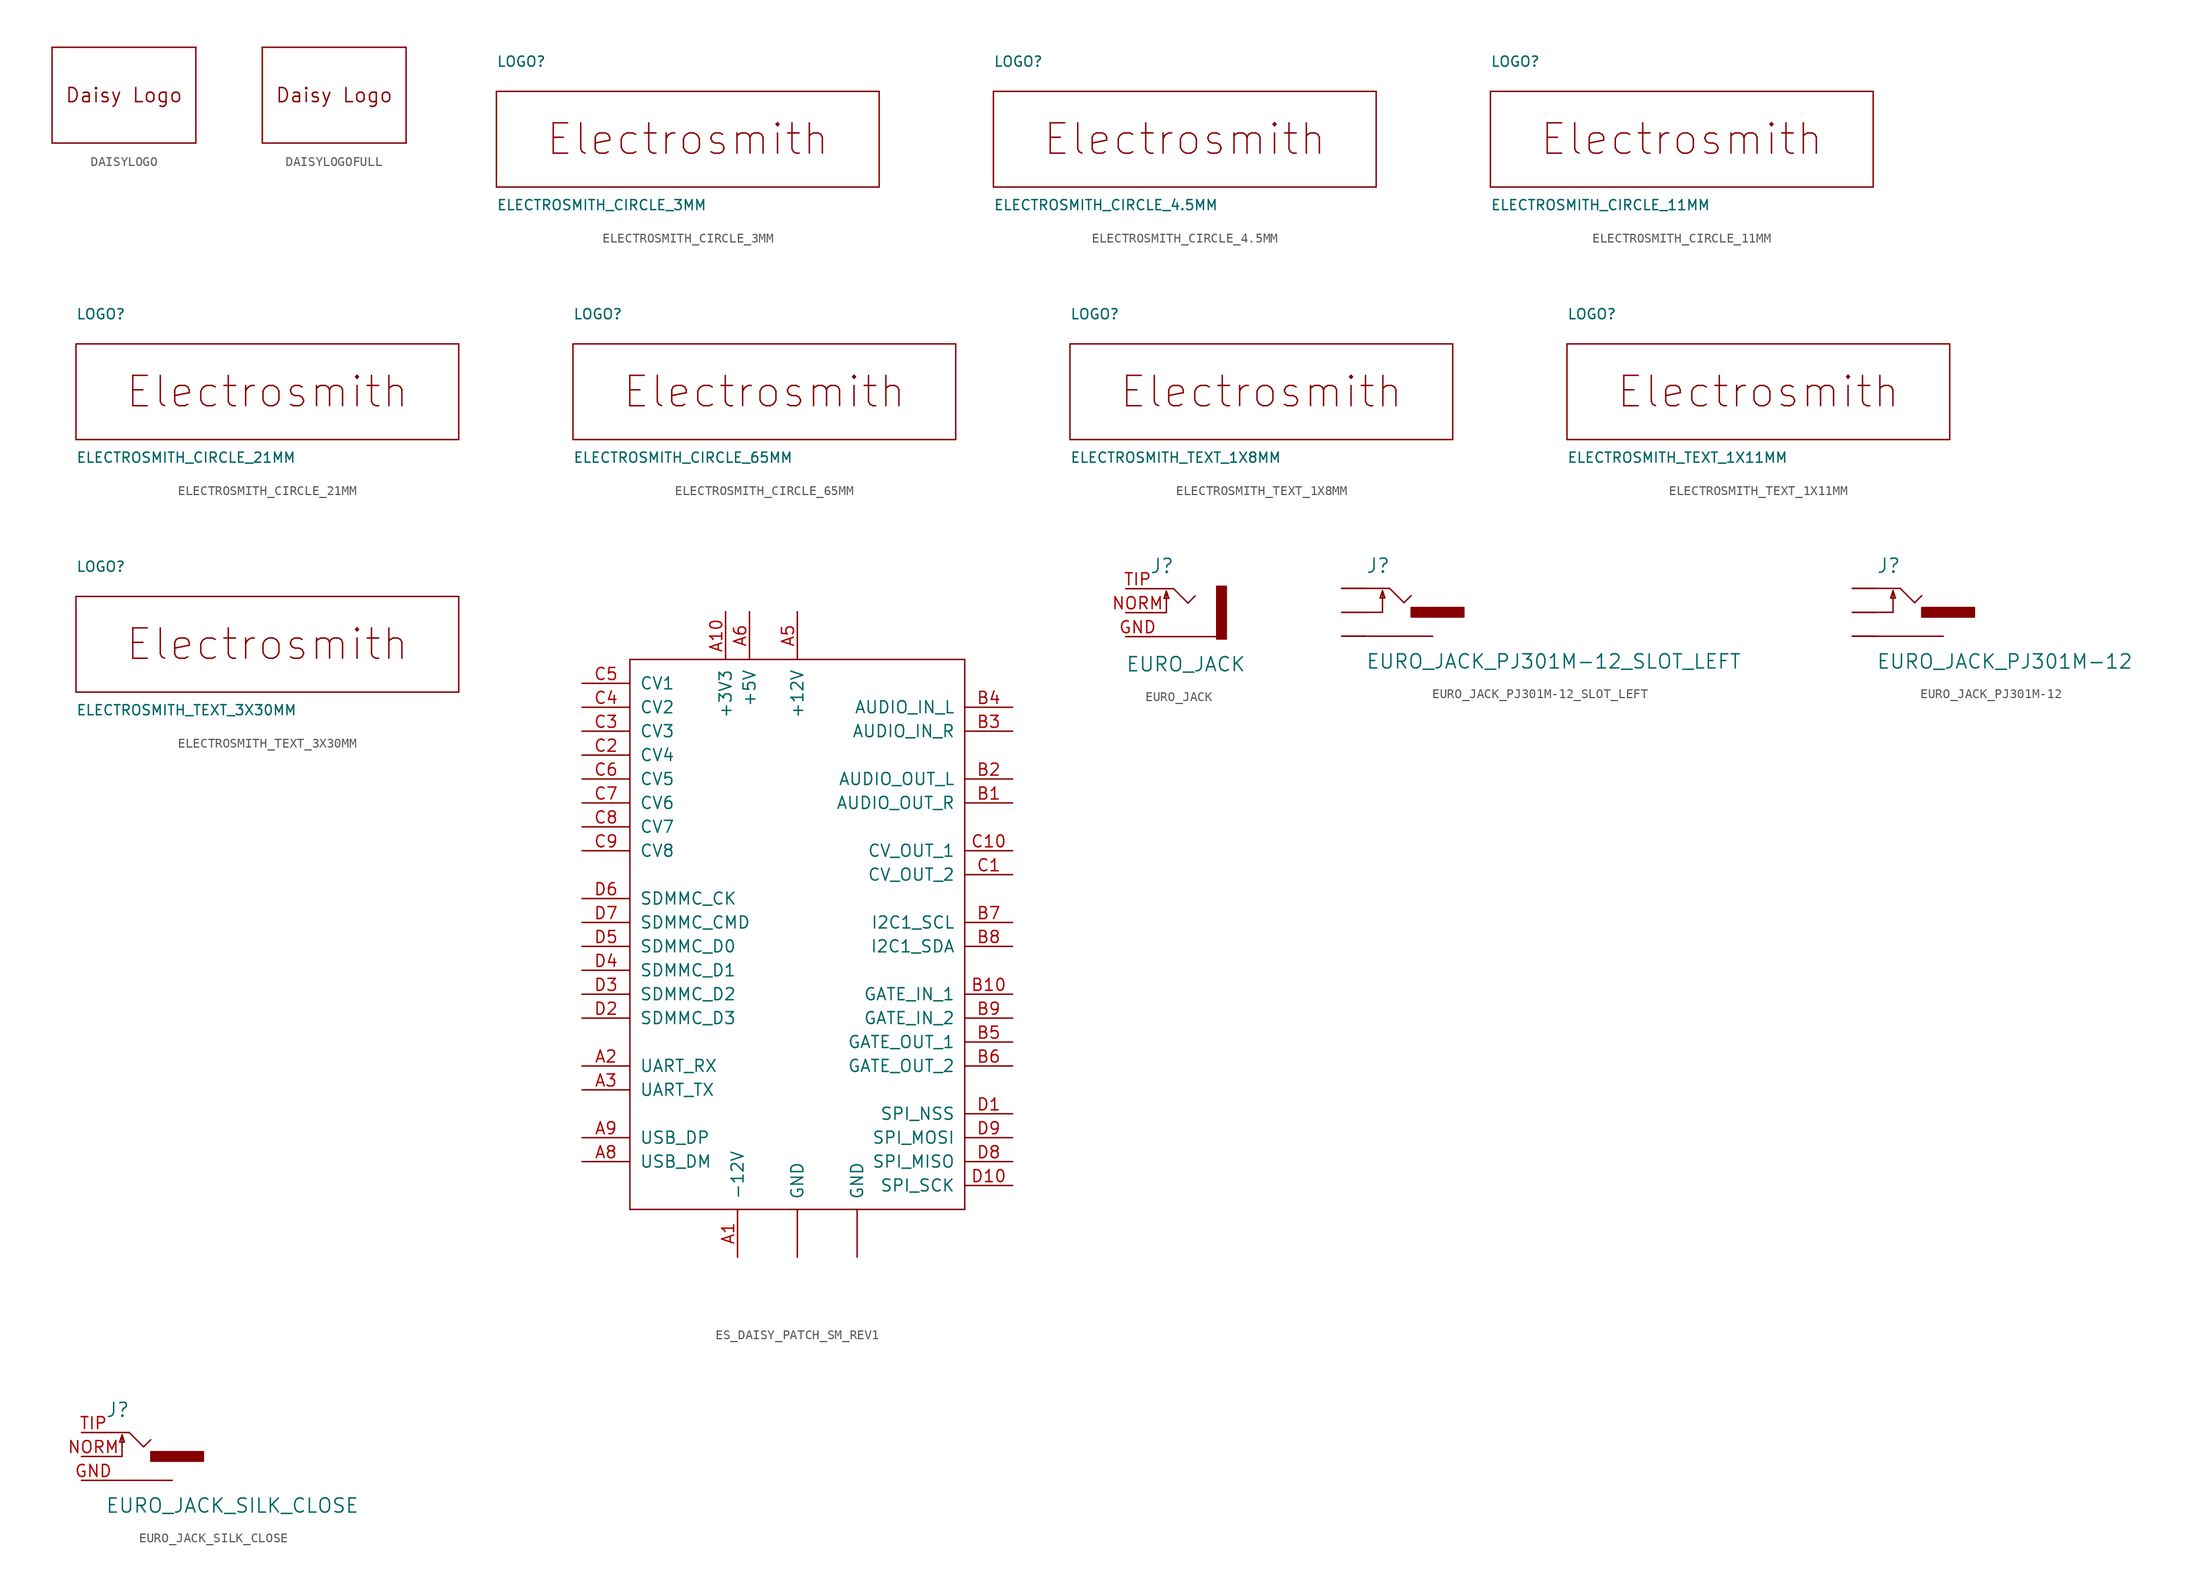
<source format=kicad_sym>
(kicad_symbol_lib
  (version 20231120)
  (generator "kicad_symbol_editor")
  (generator_version "8.0")
  (symbol "DAISYLOGO"
    (pin_names
      (offset 1.016))
    (property "Reference" ""
      (at 0 0 0)
      (effects (font (size 1.27 1.27)) (hide yes)))
    (property "ki_locked" ""
      (at 0 0 0)
      (effects (font (size 1.27 1.27))))
    (symbol "DAISYLOGO_1_0"
      (polyline (pts (xy -7.62 -5.08) (xy 7.62 -5.08)) (stroke (width 0) (type solid)) (fill (type none)))
      (polyline (pts (xy -7.62 5.08) (xy -7.62 -5.08)) (stroke (width 0) (type solid)) (fill (type none)))
      (polyline (pts (xy 7.62 -5.08) (xy 7.62 5.08)) (stroke (width 0) (type solid)) (fill (type none)))
      (polyline (pts (xy 7.62 5.08) (xy -7.62 5.08)) (stroke (width 0) (type solid)) (fill (type none)))
      (text "Daisy Logo" (at 0 0 0) (effects (font (size 1.499 1.499))))))
  (symbol "DAISYLOGOFULL"
    (pin_names
      (offset 1.016))
    (property "Reference" ""
      (at 0 0 0)
      (effects (font (size 1.27 1.27)) (hide yes)))
    (property "ki_locked" ""
      (at 0 0 0)
      (effects (font (size 1.27 1.27))))
    (symbol "DAISYLOGOFULL_1_0"
      (polyline (pts (xy -7.62 -5.08) (xy 7.62 -5.08)) (stroke (width 0) (type solid)) (fill (type none)))
      (polyline (pts (xy -7.62 5.08) (xy -7.62 -5.08)) (stroke (width 0) (type solid)) (fill (type none)))
      (polyline (pts (xy 7.62 -5.08) (xy 7.62 5.08)) (stroke (width 0) (type solid)) (fill (type none)))
      (polyline (pts (xy 7.62 5.08) (xy -7.62 5.08)) (stroke (width 0) (type solid)) (fill (type none)))
      (text "Daisy Logo" (at 0 0 0) (effects (font (size 1.499 1.499))))))
  (symbol "ELECTROSMITH_CIRCLE_3MM"
    (pin_names
      (offset 1.016))
    (property "Reference" "LOGO"
      (at -20.32 7.62 0)
      (effects (font (size 1.067 1.067)) (justify left bottom)))
    (property "Value" "ELECTROSMITH_CIRCLE_3MM"
      (at -20.32 -7.62 0)
      (effects (font (size 1.067 1.067)) (justify left bottom)))
    (property "ki_locked" ""
      (at 0 0 0)
      (effects (font (size 1.27 1.27))))
    (symbol "ELECTROSMITH_CIRCLE_3MM_1_0"
      (polyline (pts (xy -20.32 -5.08) (xy -20.32 5.08)) (stroke (width 0) (type solid)) (fill (type none)))
      (polyline (pts (xy -20.32 5.08) (xy 20.32 5.08)) (stroke (width 0) (type solid)) (fill (type none)))
      (polyline (pts (xy 20.32 -5.08) (xy -20.32 -5.08)) (stroke (width 0) (type solid)) (fill (type none)))
      (polyline (pts (xy 20.32 5.08) (xy 20.32 -5.08)) (stroke (width 0) (type solid)) (fill (type none)))
      (text "Electrosmith" (at 0 0 0) (effects (font (size 3.226 3.226))))))
  (symbol "ELECTROSMITH_CIRCLE_4.5MM"
    (pin_names
      (offset 1.016))
    (property "Reference" "LOGO"
      (at -20.32 7.62 0)
      (effects (font (size 1.067 1.067)) (justify left bottom)))
    (property "Value" "ELECTROSMITH_CIRCLE_4.5MM"
      (at -20.32 -7.62 0)
      (effects (font (size 1.067 1.067)) (justify left bottom)))
    (property "ki_locked" ""
      (at 0 0 0)
      (effects (font (size 1.27 1.27))))
    (symbol "ELECTROSMITH_CIRCLE_4.5MM_1_0"
      (polyline (pts (xy -20.32 -5.08) (xy -20.32 5.08)) (stroke (width 0) (type solid)) (fill (type none)))
      (polyline (pts (xy -20.32 5.08) (xy 20.32 5.08)) (stroke (width 0) (type solid)) (fill (type none)))
      (polyline (pts (xy 20.32 -5.08) (xy -20.32 -5.08)) (stroke (width 0) (type solid)) (fill (type none)))
      (polyline (pts (xy 20.32 5.08) (xy 20.32 -5.08)) (stroke (width 0) (type solid)) (fill (type none)))
      (text "Electrosmith" (at 0 0 0) (effects (font (size 3.226 3.226))))))
  (symbol "ELECTROSMITH_CIRCLE_11MM"
    (pin_names
      (offset 1.016))
    (property "Reference" "LOGO"
      (at -20.32 7.62 0)
      (effects (font (size 1.067 1.067)) (justify left bottom)))
    (property "Value" "ELECTROSMITH_CIRCLE_11MM"
      (at -20.32 -7.62 0)
      (effects (font (size 1.067 1.067)) (justify left bottom)))
    (property "ki_locked" ""
      (at 0 0 0)
      (effects (font (size 1.27 1.27))))
    (symbol "ELECTROSMITH_CIRCLE_11MM_1_0"
      (polyline (pts (xy -20.32 -5.08) (xy -20.32 5.08)) (stroke (width 0) (type solid)) (fill (type none)))
      (polyline (pts (xy -20.32 5.08) (xy 20.32 5.08)) (stroke (width 0) (type solid)) (fill (type none)))
      (polyline (pts (xy 20.32 -5.08) (xy -20.32 -5.08)) (stroke (width 0) (type solid)) (fill (type none)))
      (polyline (pts (xy 20.32 5.08) (xy 20.32 -5.08)) (stroke (width 0) (type solid)) (fill (type none)))
      (text "Electrosmith" (at 0 0 0) (effects (font (size 3.226 3.226))))))
  (symbol "ELECTROSMITH_CIRCLE_21MM"
    (pin_names
      (offset 1.016))
    (property "Reference" "LOGO"
      (at -20.32 7.62 0)
      (effects (font (size 1.067 1.067)) (justify left bottom)))
    (property "Value" "ELECTROSMITH_CIRCLE_21MM"
      (at -20.32 -7.62 0)
      (effects (font (size 1.067 1.067)) (justify left bottom)))
    (property "ki_locked" ""
      (at 0 0 0)
      (effects (font (size 1.27 1.27))))
    (symbol "ELECTROSMITH_CIRCLE_21MM_1_0"
      (polyline (pts (xy -20.32 -5.08) (xy -20.32 5.08)) (stroke (width 0) (type solid)) (fill (type none)))
      (polyline (pts (xy -20.32 5.08) (xy 20.32 5.08)) (stroke (width 0) (type solid)) (fill (type none)))
      (polyline (pts (xy 20.32 -5.08) (xy -20.32 -5.08)) (stroke (width 0) (type solid)) (fill (type none)))
      (polyline (pts (xy 20.32 5.08) (xy 20.32 -5.08)) (stroke (width 0) (type solid)) (fill (type none)))
      (text "Electrosmith" (at 0 0 0) (effects (font (size 3.226 3.226))))))
  (symbol "ELECTROSMITH_CIRCLE_65MM"
    (pin_names
      (offset 1.016))
    (property "Reference" "LOGO"
      (at -20.32 7.62 0)
      (effects (font (size 1.067 1.067)) (justify left bottom)))
    (property "Value" "ELECTROSMITH_CIRCLE_65MM"
      (at -20.32 -7.62 0)
      (effects (font (size 1.067 1.067)) (justify left bottom)))
    (property "ki_locked" ""
      (at 0 0 0)
      (effects (font (size 1.27 1.27))))
    (symbol "ELECTROSMITH_CIRCLE_65MM_1_0"
      (polyline (pts (xy -20.32 -5.08) (xy -20.32 5.08)) (stroke (width 0) (type solid)) (fill (type none)))
      (polyline (pts (xy -20.32 5.08) (xy 20.32 5.08)) (stroke (width 0) (type solid)) (fill (type none)))
      (polyline (pts (xy 20.32 -5.08) (xy -20.32 -5.08)) (stroke (width 0) (type solid)) (fill (type none)))
      (polyline (pts (xy 20.32 5.08) (xy 20.32 -5.08)) (stroke (width 0) (type solid)) (fill (type none)))
      (text "Electrosmith" (at 0 0 0) (effects (font (size 3.226 3.226))))))
  (symbol "ELECTROSMITH_TEXT_1X8MM"
    (pin_names
      (offset 1.016))
    (property "Reference" "LOGO"
      (at -20.32 7.62 0)
      (effects (font (size 1.067 1.067)) (justify left bottom)))
    (property "Value" "ELECTROSMITH_TEXT_1X8MM"
      (at -20.32 -7.62 0)
      (effects (font (size 1.067 1.067)) (justify left bottom)))
    (property "ki_locked" ""
      (at 0 0 0)
      (effects (font (size 1.27 1.27))))
    (symbol "ELECTROSMITH_TEXT_1X8MM_1_0"
      (polyline (pts (xy -20.32 -5.08) (xy -20.32 5.08)) (stroke (width 0) (type solid)) (fill (type none)))
      (polyline (pts (xy -20.32 5.08) (xy 20.32 5.08)) (stroke (width 0) (type solid)) (fill (type none)))
      (polyline (pts (xy 20.32 -5.08) (xy -20.32 -5.08)) (stroke (width 0) (type solid)) (fill (type none)))
      (polyline (pts (xy 20.32 5.08) (xy 20.32 -5.08)) (stroke (width 0) (type solid)) (fill (type none)))
      (text "Electrosmith" (at 0 0 0) (effects (font (size 3.226 3.226))))))
  (symbol "ELECTROSMITH_TEXT_1X11MM"
    (pin_names
      (offset 1.016))
    (property "Reference" "LOGO"
      (at -20.32 7.62 0)
      (effects (font (size 1.067 1.067)) (justify left bottom)))
    (property "Value" "ELECTROSMITH_TEXT_1X11MM"
      (at -20.32 -7.62 0)
      (effects (font (size 1.067 1.067)) (justify left bottom)))
    (property "ki_locked" ""
      (at 0 0 0)
      (effects (font (size 1.27 1.27))))
    (symbol "ELECTROSMITH_TEXT_1X11MM_1_0"
      (polyline (pts (xy -20.32 -5.08) (xy -20.32 5.08)) (stroke (width 0) (type solid)) (fill (type none)))
      (polyline (pts (xy -20.32 5.08) (xy 20.32 5.08)) (stroke (width 0) (type solid)) (fill (type none)))
      (polyline (pts (xy 20.32 -5.08) (xy -20.32 -5.08)) (stroke (width 0) (type solid)) (fill (type none)))
      (polyline (pts (xy 20.32 5.08) (xy 20.32 -5.08)) (stroke (width 0) (type solid)) (fill (type none)))
      (text "Electrosmith" (at 0 0 0) (effects (font (size 3.226 3.226))))))
  (symbol "ELECTROSMITH_TEXT_3X30MM"
    (pin_names
      (offset 1.016))
    (property "Reference" "LOGO"
      (at -20.32 7.62 0)
      (effects (font (size 1.067 1.067)) (justify left bottom)))
    (property "Value" "ELECTROSMITH_TEXT_3X30MM"
      (at -20.32 -7.62 0)
      (effects (font (size 1.067 1.067)) (justify left bottom)))
    (property "ki_locked" ""
      (at 0 0 0)
      (effects (font (size 1.27 1.27))))
    (symbol "ELECTROSMITH_TEXT_3X30MM_1_0"
      (polyline (pts (xy -20.32 -5.08) (xy -20.32 5.08)) (stroke (width 0) (type solid)) (fill (type none)))
      (polyline (pts (xy -20.32 5.08) (xy 20.32 5.08)) (stroke (width 0) (type solid)) (fill (type none)))
      (polyline (pts (xy 20.32 -5.08) (xy -20.32 -5.08)) (stroke (width 0) (type solid)) (fill (type none)))
      (polyline (pts (xy 20.32 5.08) (xy 20.32 -5.08)) (stroke (width 0) (type solid)) (fill (type none)))
      (text "Electrosmith" (at 0 0 0) (effects (font (size 3.226 3.226))))))
  (symbol "ES_DAISY_PATCH_SM_REV1"
    (pin_names
      (offset 1.016))
    (property "Reference" ""
      (at 0 0 0)
      (effects (font (size 1.27 1.27)) (hide yes)))
    (property "ki_locked" ""
      (at 0 0 0)
      (effects (font (size 1.27 1.27))))
    (symbol "ES_DAISY_PATCH_SM_REV1_1_0"
      (polyline (pts (xy -17.78 -30.48) (xy 17.78 -30.48)) (stroke (width 0) (type solid)) (fill (type none)))
      (polyline (pts (xy -17.78 27.94) (xy -17.78 -30.48)) (stroke (width 0) (type solid)) (fill (type none)))
      (polyline (pts (xy 17.78 -30.48) (xy 17.78 27.94)) (stroke (width 0) (type solid)) (fill (type none)))
      (polyline (pts (xy 17.78 27.94) (xy -17.78 27.94)) (stroke (width 0) (type solid)) (fill (type none)))
      (pin power_in line (at -6.35 -35.56 90) (length 5.08) (name "-12V" (effects (font (size 1.27 1.27)))) (number "A1" (effects (font (size 1.27 1.27)))))
      (pin power_out line (at -7.62 33.02 270) (length 5.08) (name "+3V3" (effects (font (size 1.27 1.27)))) (number "A10" (effects (font (size 1.27 1.27)))))
      (pin bidirectional line (at -22.86 -15.24 0) (length 5.08) (name "UART_RX" (effects (font (size 1.27 1.27)))) (number "A2" (effects (font (size 1.27 1.27)))))
      (pin bidirectional line (at -22.86 -17.78 0) (length 5.08) (name "UART_TX" (effects (font (size 1.27 1.27)))) (number "A3" (effects (font (size 1.27 1.27)))))
      (pin power_in line (at 0 -35.56 90) (length 5.08) (name "GND" (effects (font (size 1.27 1.27)))) (number "A4" (effects (font (size 0 0)))))
      (pin power_in line (at 0 33.02 270) (length 5.08) (name "+12V" (effects (font (size 1.27 1.27)))) (number "A5" (effects (font (size 1.27 1.27)))))
      (pin power_out line (at -5.08 33.02 270) (length 5.08) (name "+5V" (effects (font (size 1.27 1.27)))) (number "A6" (effects (font (size 1.27 1.27)))))
      (pin power_out line (at 6.35 -35.56 90) (length 5.08) (name "GND" (effects (font (size 1.27 1.27)))) (number "A7" (effects (font (size 0 0)))))
      (pin bidirectional line (at -22.86 -25.4 0) (length 5.08) (name "USB_DM" (effects (font (size 1.27 1.27)))) (number "A8" (effects (font (size 1.27 1.27)))))
      (pin bidirectional line (at -22.86 -22.86 0) (length 5.08) (name "USB_DP" (effects (font (size 1.27 1.27)))) (number "A9" (effects (font (size 1.27 1.27)))))
      (pin bidirectional line (at 22.86 12.7 180) (length 5.08) (name "AUDIO_OUT_R" (effects (font (size 1.27 1.27)))) (number "B1" (effects (font (size 1.27 1.27)))))
      (pin bidirectional line (at 22.86 -7.62 180) (length 5.08) (name "GATE_IN_1" (effects (font (size 1.27 1.27)))) (number "B10" (effects (font (size 1.27 1.27)))))
      (pin bidirectional line (at 22.86 15.24 180) (length 5.08) (name "AUDIO_OUT_L" (effects (font (size 1.27 1.27)))) (number "B2" (effects (font (size 1.27 1.27)))))
      (pin bidirectional line (at 22.86 20.32 180) (length 5.08) (name "AUDIO_IN_R" (effects (font (size 1.27 1.27)))) (number "B3" (effects (font (size 1.27 1.27)))))
      (pin bidirectional line (at 22.86 22.86 180) (length 5.08) (name "AUDIO_IN_L" (effects (font (size 1.27 1.27)))) (number "B4" (effects (font (size 1.27 1.27)))))
      (pin bidirectional line (at 22.86 -12.7 180) (length 5.08) (name "GATE_OUT_1" (effects (font (size 1.27 1.27)))) (number "B5" (effects (font (size 1.27 1.27)))))
      (pin bidirectional line (at 22.86 -15.24 180) (length 5.08) (name "GATE_OUT_2" (effects (font (size 1.27 1.27)))) (number "B6" (effects (font (size 1.27 1.27)))))
      (pin bidirectional line (at 22.86 0 180) (length 5.08) (name "I2C1_SCL" (effects (font (size 1.27 1.27)))) (number "B7" (effects (font (size 1.27 1.27)))))
      (pin bidirectional line (at 22.86 -2.54 180) (length 5.08) (name "I2C1_SDA" (effects (font (size 1.27 1.27)))) (number "B8" (effects (font (size 1.27 1.27)))))
      (pin bidirectional line (at 22.86 -10.16 180) (length 5.08) (name "GATE_IN_2" (effects (font (size 1.27 1.27)))) (number "B9" (effects (font (size 1.27 1.27)))))
      (pin bidirectional line (at 22.86 5.08 180) (length 5.08) (name "CV_OUT_2" (effects (font (size 1.27 1.27)))) (number "C1" (effects (font (size 1.27 1.27)))))
      (pin bidirectional line (at 22.86 7.62 180) (length 5.08) (name "CV_OUT_1" (effects (font (size 1.27 1.27)))) (number "C10" (effects (font (size 1.27 1.27)))))
      (pin bidirectional line (at -22.86 17.78 0) (length 5.08) (name "CV4" (effects (font (size 1.27 1.27)))) (number "C2" (effects (font (size 1.27 1.27)))))
      (pin bidirectional line (at -22.86 20.32 0) (length 5.08) (name "CV3" (effects (font (size 1.27 1.27)))) (number "C3" (effects (font (size 1.27 1.27)))))
      (pin bidirectional line (at -22.86 22.86 0) (length 5.08) (name "CV2" (effects (font (size 1.27 1.27)))) (number "C4" (effects (font (size 1.27 1.27)))))
      (pin bidirectional line (at -22.86 25.4 0) (length 5.08) (name "CV1" (effects (font (size 1.27 1.27)))) (number "C5" (effects (font (size 1.27 1.27)))))
      (pin bidirectional line (at -22.86 15.24 0) (length 5.08) (name "CV5" (effects (font (size 1.27 1.27)))) (number "C6" (effects (font (size 1.27 1.27)))))
      (pin bidirectional line (at -22.86 12.7 0) (length 5.08) (name "CV6" (effects (font (size 1.27 1.27)))) (number "C7" (effects (font (size 1.27 1.27)))))
      (pin bidirectional line (at -22.86 10.16 0) (length 5.08) (name "CV7" (effects (font (size 1.27 1.27)))) (number "C8" (effects (font (size 1.27 1.27)))))
      (pin bidirectional line (at -22.86 7.62 0) (length 5.08) (name "CV8" (effects (font (size 1.27 1.27)))) (number "C9" (effects (font (size 1.27 1.27)))))
      (pin bidirectional line (at 22.86 -20.32 180) (length 5.08) (name "SPI_NSS" (effects (font (size 1.27 1.27)))) (number "D1" (effects (font (size 1.27 1.27)))))
      (pin bidirectional line (at 22.86 -27.94 180) (length 5.08) (name "SPI_SCK" (effects (font (size 1.27 1.27)))) (number "D10" (effects (font (size 1.27 1.27)))))
      (pin bidirectional line (at -22.86 -10.16 0) (length 5.08) (name "SDMMC_D3" (effects (font (size 1.27 1.27)))) (number "D2" (effects (font (size 1.27 1.27)))))
      (pin bidirectional line (at -22.86 -7.62 0) (length 5.08) (name "SDMMC_D2" (effects (font (size 1.27 1.27)))) (number "D3" (effects (font (size 1.27 1.27)))))
      (pin bidirectional line (at -22.86 -5.08 0) (length 5.08) (name "SDMMC_D1" (effects (font (size 1.27 1.27)))) (number "D4" (effects (font (size 1.27 1.27)))))
      (pin bidirectional line (at -22.86 -2.54 0) (length 5.08) (name "SDMMC_D0" (effects (font (size 1.27 1.27)))) (number "D5" (effects (font (size 1.27 1.27)))))
      (pin bidirectional line (at -22.86 2.54 0) (length 5.08) (name "SDMMC_CK" (effects (font (size 1.27 1.27)))) (number "D6" (effects (font (size 1.27 1.27)))))
      (pin bidirectional line (at -22.86 0 0) (length 5.08) (name "SDMMC_CMD" (effects (font (size 1.27 1.27)))) (number "D7" (effects (font (size 1.27 1.27)))))
      (pin bidirectional line (at 22.86 -25.4 180) (length 5.08) (name "SPI_MISO" (effects (font (size 1.27 1.27)))) (number "D8" (effects (font (size 1.27 1.27)))))
      (pin bidirectional line (at 22.86 -22.86 180) (length 5.08) (name "SPI_MOSI" (effects (font (size 1.27 1.27)))) (number "D9" (effects (font (size 1.27 1.27)))))))
  (symbol "EURO_JACK"
    (pin_names
      (offset 1.016))
    (property "Reference" "J"
      (at -2.54 4.064 0)
      (effects (font (size 1.499 1.499)) (justify left bottom)))
    (property "Value" "EURO_JACK"
      (at -5.08 -6.35 0)
      (effects (font (size 1.499 1.499)) (justify left bottom)))
    (property "ki_locked" ""
      (at 0 0 0)
      (effects (font (size 1.27 1.27))))
    (symbol "EURO_JACK_1_0"
      (polyline (pts (xy -2.54 -2.54) (xy 4.572 -2.54)) (stroke (width 0) (type solid)) (fill (type none)))
      (polyline (pts (xy -2.54 0) (xy -0.762 0)) (stroke (width 0) (type solid)) (fill (type none)))
      (polyline (pts (xy -2.54 2.54) (xy 0 2.54)) (stroke (width 0) (type solid)) (fill (type none)))
      (polyline (pts (xy -1.016 1.524) (xy -0.508 1.524)) (stroke (width 0) (type solid)) (fill (type none)))
      (polyline (pts (xy -0.762 0) (xy -0.762 2.286)) (stroke (width 0) (type solid)) (fill (type none)))
      (polyline (pts (xy -0.762 2.286) (xy -1.016 1.524)) (stroke (width 0) (type solid)) (fill (type none)))
      (polyline (pts (xy -0.508 1.524) (xy -0.762 2.286)) (stroke (width 0) (type solid)) (fill (type none)))
      (polyline (pts (xy 0 2.54) (xy 1.524 1.016)) (stroke (width 0) (type solid)) (fill (type none)))
      (polyline (pts (xy 1.524 1.016) (xy 2.286 1.778)) (stroke (width 0) (type solid)) (fill (type none)))
      (rectangle (start 5.588 -2.794) (end 4.572 2.794) (stroke (width 0) (type solid)) (fill (type outline)))
      (pin passive line (at -5.08 -2.54 0) (length 2.54) (name "GND" (effects (font (size 0 0)))) (number "GND" (effects (font (size 1.27 1.27)))))
      (pin passive line (at -5.08 0 0) (length 2.54) (name "NORM" (effects (font (size 0 0)))) (number "NORM" (effects (font (size 1.27 1.27)))))
      (pin passive line (at -5.08 2.54 0) (length 2.54) (name "TIP" (effects (font (size 0 0)))) (number "TIP" (effects (font (size 1.27 1.27)))))))
  (symbol "EURO_JACK_PJ301M-12_SLOT_LEFT"
    (pin_names
      (offset 1.016))
    (property "Reference" "J"
      (at -2.54 4.064 0)
      (effects (font (size 1.499 1.499)) (justify left bottom)))
    (property "Value" "EURO_JACK_PJ301M-12_SLOT_LEFT"
      (at -2.54 -6.096 0)
      (effects (font (size 1.499 1.499)) (justify left bottom)))
    (property "ki_locked" ""
      (at 0 0 0)
      (effects (font (size 1.27 1.27))))
    (symbol "EURO_JACK_PJ301M-12_SLOT_LEFT_1_0"
      (polyline (pts (xy -2.54 -2.54) (xy 4.572 -2.54)) (stroke (width 0) (type solid)) (fill (type none)))
      (polyline (pts (xy -2.54 0) (xy -0.762 0)) (stroke (width 0) (type solid)) (fill (type none)))
      (polyline (pts (xy -2.54 2.54) (xy 0 2.54)) (stroke (width 0) (type solid)) (fill (type none)))
      (polyline (pts (xy -1.016 1.524) (xy -0.508 1.524)) (stroke (width 0) (type solid)) (fill (type none)))
      (polyline (pts (xy -0.762 0) (xy -0.762 2.286)) (stroke (width 0) (type solid)) (fill (type none)))
      (polyline (pts (xy -0.762 2.286) (xy -1.016 1.524)) (stroke (width 0) (type solid)) (fill (type none)))
      (polyline (pts (xy -0.508 1.524) (xy -0.762 2.286)) (stroke (width 0) (type solid)) (fill (type none)))
      (polyline (pts (xy 0 2.54) (xy 1.524 1.016)) (stroke (width 0) (type solid)) (fill (type none)))
      (polyline (pts (xy 1.524 1.016) (xy 2.286 1.778)) (stroke (width 0) (type solid)) (fill (type none)))
      (rectangle (start 2.286 -0.508) (end 7.874 0.508) (stroke (width 0) (type solid)) (fill (type outline)))
      (pin passive line (at -5.08 -2.54 0) (length 2.54) (name "GND" (effects (font (size 0 0)))) (number "GND" (effects (font (size 0 0)))))
      (pin passive line (at -5.08 -2.54 0) (length 2.54) (name "GND" (effects (font (size 0 0)))) (number "GND2" (effects (font (size 0 0)))))
      (pin passive line (at -5.08 0 0) (length 2.54) (name "NORM" (effects (font (size 0 0)))) (number "SW" (effects (font (size 0 0)))))
      (pin passive line (at -5.08 0 0) (length 2.54) (name "NORM" (effects (font (size 0 0)))) (number "SW2" (effects (font (size 0 0)))))
      (pin passive line (at -5.08 2.54 0) (length 2.54) (name "TIP" (effects (font (size 0 0)))) (number "TIP" (effects (font (size 0 0)))))
      (pin passive line (at -5.08 2.54 0) (length 2.54) (name "TIP" (effects (font (size 0 0)))) (number "TIP2" (effects (font (size 0 0)))))))
  (symbol "EURO_JACK_PJ301M-12"
    (pin_names
      (offset 1.016))
    (property "Reference" "J"
      (at -2.54 4.064 0)
      (effects (font (size 1.499 1.499)) (justify left bottom)))
    (property "Value" "EURO_JACK_PJ301M-12"
      (at -2.54 -6.096 0)
      (effects (font (size 1.499 1.499)) (justify left bottom)))
    (property "ki_locked" ""
      (at 0 0 0)
      (effects (font (size 1.27 1.27))))
    (symbol "EURO_JACK_PJ301M-12_1_0"
      (polyline (pts (xy -2.54 -2.54) (xy 4.572 -2.54)) (stroke (width 0) (type solid)) (fill (type none)))
      (polyline (pts (xy -2.54 0) (xy -0.762 0)) (stroke (width 0) (type solid)) (fill (type none)))
      (polyline (pts (xy -2.54 2.54) (xy 0 2.54)) (stroke (width 0) (type solid)) (fill (type none)))
      (polyline (pts (xy -1.016 1.524) (xy -0.508 1.524)) (stroke (width 0) (type solid)) (fill (type none)))
      (polyline (pts (xy -0.762 0) (xy -0.762 2.286)) (stroke (width 0) (type solid)) (fill (type none)))
      (polyline (pts (xy -0.762 2.286) (xy -1.016 1.524)) (stroke (width 0) (type solid)) (fill (type none)))
      (polyline (pts (xy -0.508 1.524) (xy -0.762 2.286)) (stroke (width 0) (type solid)) (fill (type none)))
      (polyline (pts (xy 0 2.54) (xy 1.524 1.016)) (stroke (width 0) (type solid)) (fill (type none)))
      (polyline (pts (xy 1.524 1.016) (xy 2.286 1.778)) (stroke (width 0) (type solid)) (fill (type none)))
      (rectangle (start 2.286 -0.508) (end 7.874 0.508) (stroke (width 0) (type solid)) (fill (type outline)))
      (pin passive line (at -5.08 -2.54 0) (length 2.54) (name "GND" (effects (font (size 0 0)))) (number "GND" (effects (font (size 0 0)))))
      (pin passive line (at -5.08 -2.54 0) (length 2.54) (name "GND" (effects (font (size 0 0)))) (number "GND2" (effects (font (size 0 0)))))
      (pin passive line (at -5.08 0 0) (length 2.54) (name "NORM" (effects (font (size 0 0)))) (number "SW" (effects (font (size 0 0)))))
      (pin passive line (at -5.08 0 0) (length 2.54) (name "NORM" (effects (font (size 0 0)))) (number "SW2" (effects (font (size 0 0)))))
      (pin passive line (at -5.08 2.54 0) (length 2.54) (name "TIP" (effects (font (size 0 0)))) (number "TIP" (effects (font (size 0 0)))))
      (pin passive line (at -5.08 2.54 0) (length 2.54) (name "TIP" (effects (font (size 0 0)))) (number "TIP2" (effects (font (size 0 0)))))))
  (symbol "EURO_JACK_SILK_CLOSE"
    (pin_names
      (offset 1.016))
    (property "Reference" "J"
      (at -2.54 4.064 0)
      (effects (font (size 1.499 1.499)) (justify left bottom)))
    (property "Value" "EURO_JACK_SILK_CLOSE"
      (at -2.54 -6.096 0)
      (effects (font (size 1.499 1.499)) (justify left bottom)))
    (property "ki_locked" ""
      (at 0 0 0)
      (effects (font (size 1.27 1.27))))
    (symbol "EURO_JACK_SILK_CLOSE_1_0"
      (polyline (pts (xy -2.54 -2.54) (xy 4.572 -2.54)) (stroke (width 0) (type solid)) (fill (type none)))
      (polyline (pts (xy -2.54 0) (xy -0.762 0)) (stroke (width 0) (type solid)) (fill (type none)))
      (polyline (pts (xy -2.54 2.54) (xy 0 2.54)) (stroke (width 0) (type solid)) (fill (type none)))
      (polyline (pts (xy -1.016 1.524) (xy -0.508 1.524)) (stroke (width 0) (type solid)) (fill (type none)))
      (polyline (pts (xy -0.762 0) (xy -0.762 2.286)) (stroke (width 0) (type solid)) (fill (type none)))
      (polyline (pts (xy -0.762 2.286) (xy -1.016 1.524)) (stroke (width 0) (type solid)) (fill (type none)))
      (polyline (pts (xy -0.508 1.524) (xy -0.762 2.286)) (stroke (width 0) (type solid)) (fill (type none)))
      (polyline (pts (xy 0 2.54) (xy 1.524 1.016)) (stroke (width 0) (type solid)) (fill (type none)))
      (polyline (pts (xy 1.524 1.016) (xy 2.286 1.778)) (stroke (width 0) (type solid)) (fill (type none)))
      (rectangle (start 2.286 -0.508) (end 7.874 0.508) (stroke (width 0) (type solid)) (fill (type outline)))
      (pin passive line (at -5.08 -2.54 0) (length 2.54) (name "GND" (effects (font (size 0 0)))) (number "GND" (effects (font (size 1.27 1.27)))))
      (pin passive line (at -5.08 0 0) (length 2.54) (name "NORM" (effects (font (size 0 0)))) (number "NORM" (effects (font (size 1.27 1.27)))))
      (pin passive line (at -5.08 2.54 0) (length 2.54) (name "TIP" (effects (font (size 0 0)))) (number "TIP" (effects (font (size 1.27 1.27))))))))
</source>
